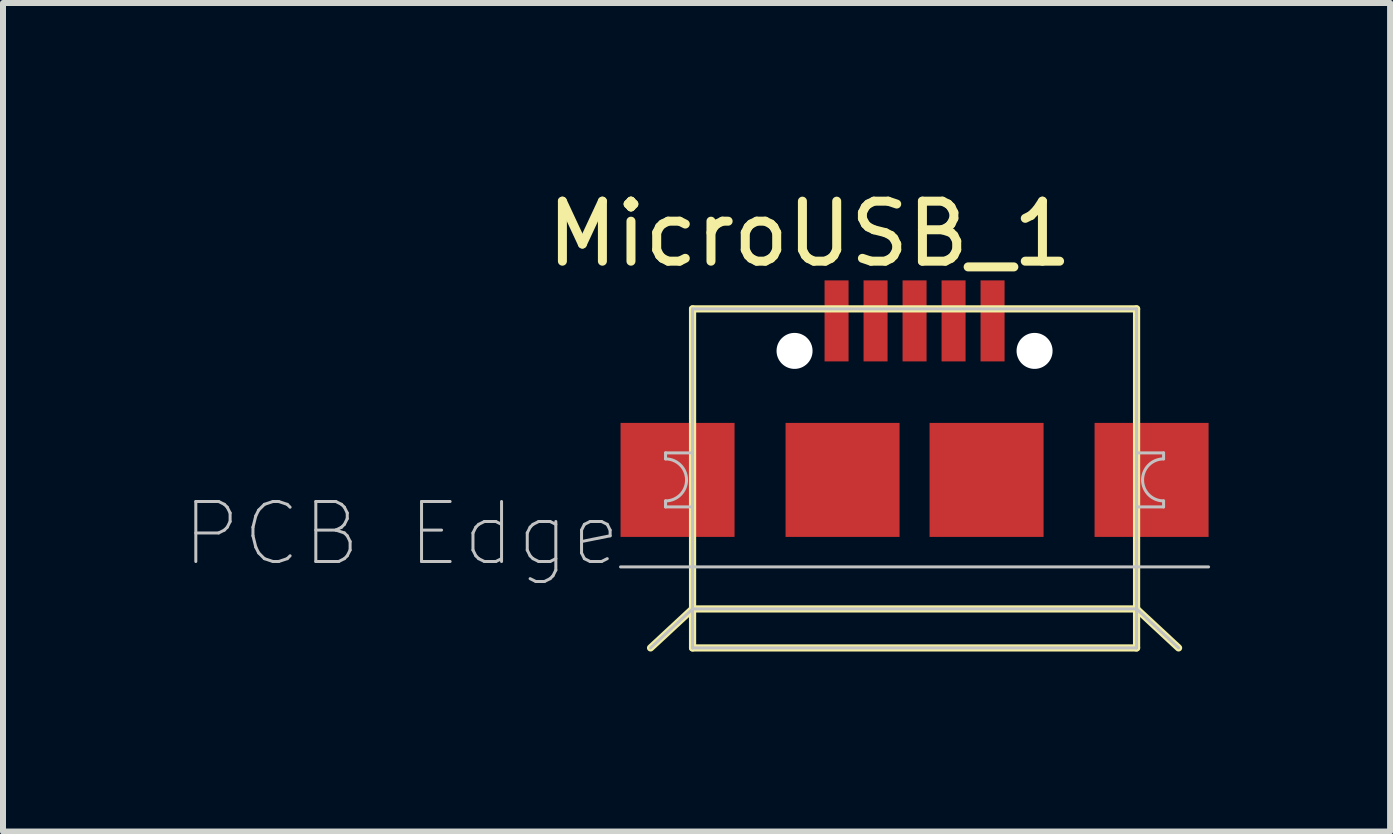
<source format=kicad_pcb>
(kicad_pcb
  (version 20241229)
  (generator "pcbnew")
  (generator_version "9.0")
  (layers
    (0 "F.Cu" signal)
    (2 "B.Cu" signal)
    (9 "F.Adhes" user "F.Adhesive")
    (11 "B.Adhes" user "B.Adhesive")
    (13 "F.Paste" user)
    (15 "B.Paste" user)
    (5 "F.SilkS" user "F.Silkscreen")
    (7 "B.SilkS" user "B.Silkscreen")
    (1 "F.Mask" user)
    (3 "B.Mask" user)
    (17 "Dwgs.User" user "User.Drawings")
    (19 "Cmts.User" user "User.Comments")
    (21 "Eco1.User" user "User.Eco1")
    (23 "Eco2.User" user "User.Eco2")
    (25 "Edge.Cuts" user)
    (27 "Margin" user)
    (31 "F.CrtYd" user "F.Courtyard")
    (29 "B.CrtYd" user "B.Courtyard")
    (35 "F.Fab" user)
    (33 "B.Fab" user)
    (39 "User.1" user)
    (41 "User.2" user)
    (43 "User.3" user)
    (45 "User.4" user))
  (footprint "MicroUSB_1"
    (layer "F.Cu")
    (at 12.192 2.298)
    (property "Reference" "MicroUSB_1" (at -1.75 -1.45 0) (layer "F.SilkS") (effects (font (size 1 1) (thickness 0.15))))
    (attr smd)
    (fp_line (start -4.4 5.45) (end -3.7 4.8) (stroke (width 0.12) (type solid)) (layer "F.SilkS"))
    (fp_line (start -3.7 -0.2) (end -3.7 4.8) (stroke (width 0.12) (type solid)) (layer "F.SilkS"))
    (fp_line (start -3.7 4.8) (end -3.7 5.45) (stroke (width 0.12) (type solid)) (layer "F.SilkS"))
    (fp_line (start -3.7 4.8) (end 3.7 4.8) (stroke (width 0.12) (type solid)) (layer "F.SilkS"))
    (fp_line (start -3.7 5.45) (end 3.7 5.45) (stroke (width 0.12) (type solid)) (layer "F.SilkS"))
    (fp_line (start 3.7 -0.2) (end -3.7 -0.2) (stroke (width 0.12) (type solid)) (layer "F.SilkS"))
    (fp_line (start 3.7 4.8) (end 3.7 -0.2) (stroke (width 0.12) (type solid)) (layer "F.SilkS"))
    (fp_line (start 3.7 5.45) (end 3.7 4.8) (stroke (width 0.12) (type solid)) (layer "F.SilkS"))
    (fp_line (start 4.4 5.45) (end 3.7 4.8) (stroke (width 0.12) (type solid)) (layer "F.SilkS"))
    (fp_line (start -4.9 4.1) (end 4.9 4.1) (stroke (width 0.05) (type solid)) (layer "Dwgs.User"))
    (fp_line (start -4.4 5.45) (end -3.7 4.8) (stroke (width 0.05) (type solid)) (layer "Dwgs.User"))
    (fp_line (start -4.15 2.3) (end -4.15 2.2) (stroke (width 0.05) (type solid)) (layer "Dwgs.User"))
    (fp_line (start -4.15 3.1) (end -4.15 3) (stroke (width 0.05) (type solid)) (layer "Dwgs.User"))
    (fp_line (start -3.7 -0.2) (end -3.7 4.8) (stroke (width 0.05) (type solid)) (layer "Dwgs.User"))
    (fp_line (start -3.7 2.2) (end -4.15 2.2) (stroke (width 0.05) (type solid)) (layer "Dwgs.User"))
    (fp_line (start -3.7 3.1) (end -4.15 3.1) (stroke (width 0.05) (type solid)) (layer "Dwgs.User"))
    (fp_line (start -3.7 4.8) (end -3.7 5.45) (stroke (width 0.05) (type solid)) (layer "Dwgs.User"))
    (fp_line (start -3.7 4.8) (end 3.7 4.8) (stroke (width 0.05) (type solid)) (layer "Dwgs.User"))
    (fp_line (start -3.7 5.45) (end 3.7 5.45) (stroke (width 0.05) (type solid)) (layer "Dwgs.User"))
    (fp_line (start 3.7 -0.2) (end -3.7 -0.2) (stroke (width 0.05) (type solid)) (layer "Dwgs.User"))
    (fp_line (start 3.7 2.2) (end 4.15 2.2) (stroke (width 0.05) (type solid)) (layer "Dwgs.User"))
    (fp_line (start 3.7 3.1) (end 4.15 3.1) (stroke (width 0.05) (type solid)) (layer "Dwgs.User"))
    (fp_line (start 3.7 4.8) (end 3.7 -0.2) (stroke (width 0.05) (type solid)) (layer "Dwgs.User"))
    (fp_line (start 3.7 5.45) (end 3.7 4.8) (stroke (width 0.05) (type solid)) (layer "Dwgs.User"))
    (fp_line (start 4.15 2.2) (end 4.15 2.3) (stroke (width 0.05) (type solid)) (layer "Dwgs.User"))
    (fp_line (start 4.15 3) (end 4.15 3.1) (stroke (width 0.05) (type solid)) (layer "Dwgs.User"))
    (fp_line (start 4.4 5.45) (end 3.7 4.8) (stroke (width 0.05) (type solid)) (layer "Dwgs.User"))
    (fp_arc (start -4.15 2.3) (mid -3.8 2.65) (end -4.15 3) (stroke (width 0.05) (type solid)) (layer "Dwgs.User"))
    (fp_arc (start 4.15 3) (mid 3.8 2.65) (end 4.15 2.3) (stroke (width 0.05) (type solid)) (layer "Dwgs.User"))
    (fp_text user "PCB Edge" (at -8.55 3.55 0) (layer "Dwgs.User") (effects (font (size 1 1) (thickness 0.05))))
    (pad "" np_thru_hole circle (at -2 0.5) (size 0.6 0.6) (drill 0.6) (layers "*.Cu" "*.Mask"))
    (pad "" np_thru_hole circle (at 2 0.5) (size 0.6 0.6) (drill 0.6) (layers "*.Cu" "*.Mask"))
    (pad "1" smd rect (at -1.3 0) (size 0.4 1.35) (layers "F.Cu" "F.Mask" "F.Paste"))
    (pad "2" smd rect (at -0.65 0) (size 0.4 1.35) (layers "F.Cu" "F.Mask" "F.Paste"))
    (pad "3" smd rect (at 0 0) (size 0.4 1.35) (layers "F.Cu" "F.Mask" "F.Paste"))
    (pad "4" smd rect (at 0.65 0) (size 0.4 1.35) (layers "F.Cu" "F.Mask" "F.Paste"))
    (pad "5" smd rect (at 1.3 0) (size 0.4 1.35) (layers "F.Cu" "F.Mask" "F.Paste"))
    (pad "6" smd rect (at -3.95 2.65) (size 1.9 1.9) (layers "F.Cu" "F.Mask" "F.Paste"))
    (pad "6" smd rect (at -1.2 2.65) (size 1.9 1.9) (layers "F.Cu" "F.Mask" "F.Paste"))
    (pad "6" smd rect (at 1.2 2.65) (size 1.9 1.9) (layers "F.Cu" "F.Mask" "F.Paste"))
    (pad "6" smd rect (at 3.95 2.65) (size 1.9 1.9) (layers "F.Cu" "F.Mask" "F.Paste")))
  (gr_rect
    (start -3 -3)
    (end 20.117 10.808)
    (stroke (width 0.1) (type default))
    (fill no)
    (layer "Edge.Cuts")))
</source>
